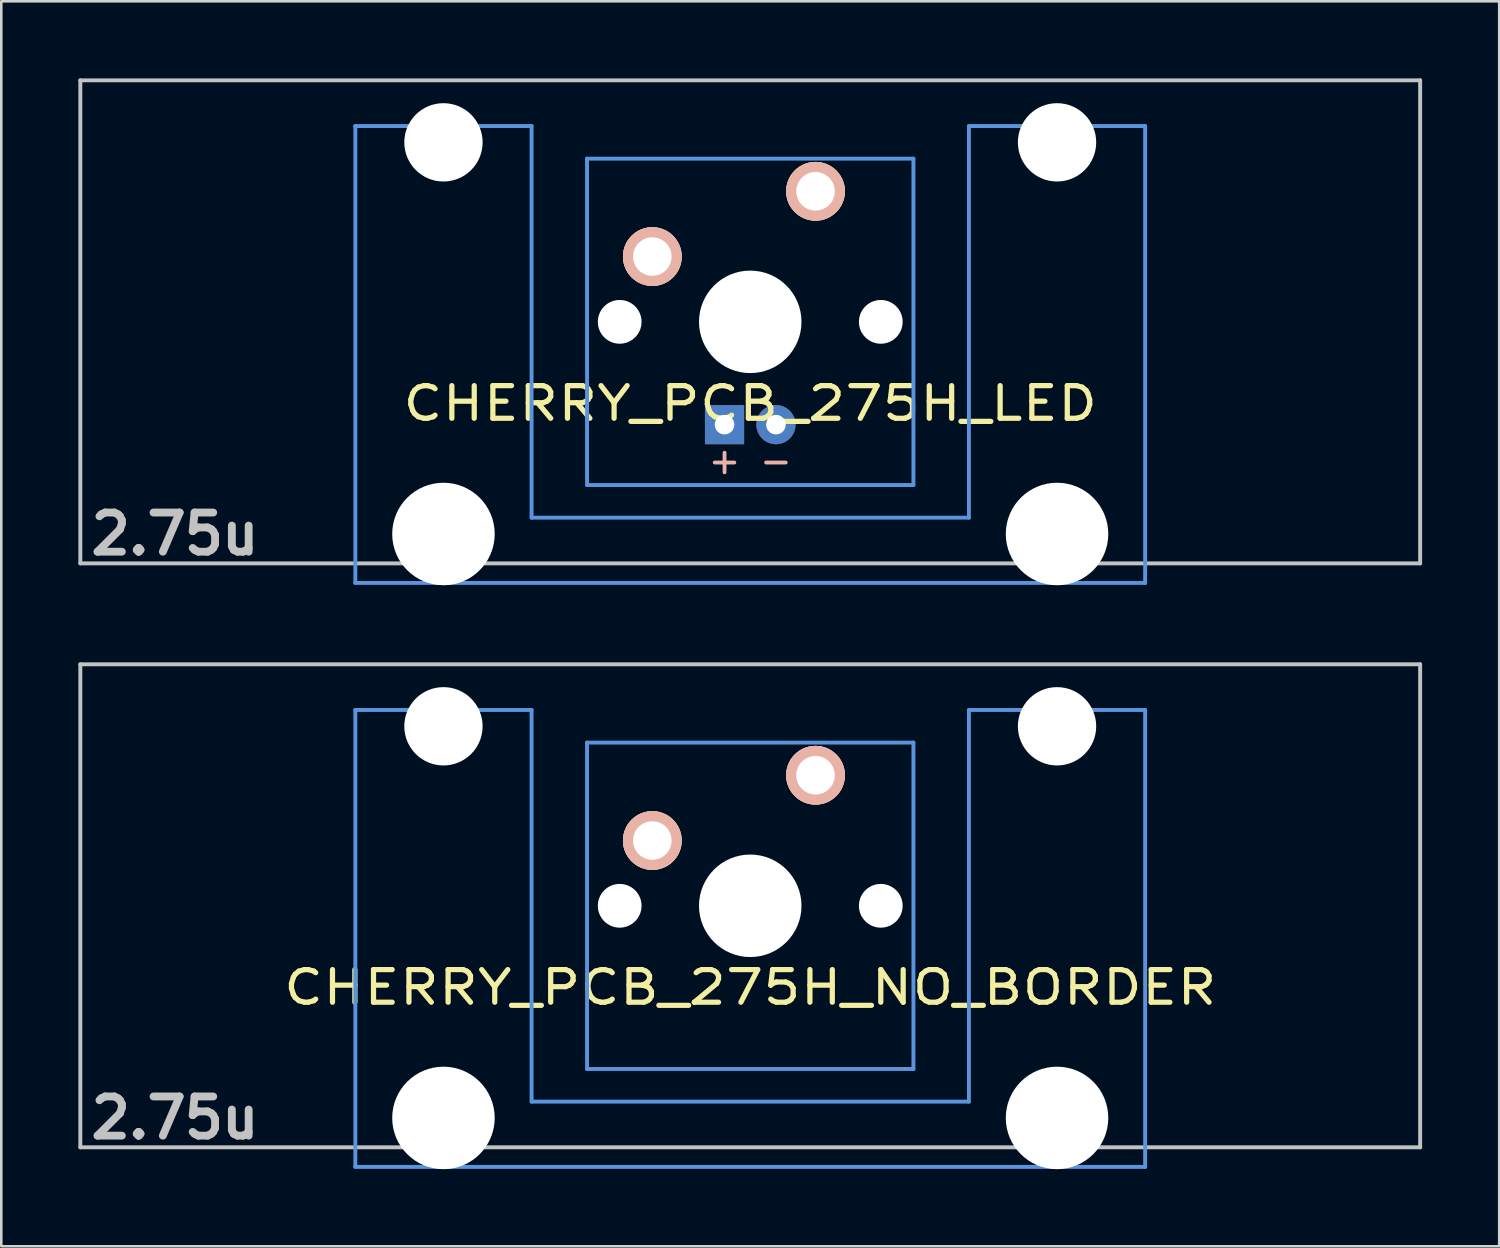
<source format=kicad_pcb>
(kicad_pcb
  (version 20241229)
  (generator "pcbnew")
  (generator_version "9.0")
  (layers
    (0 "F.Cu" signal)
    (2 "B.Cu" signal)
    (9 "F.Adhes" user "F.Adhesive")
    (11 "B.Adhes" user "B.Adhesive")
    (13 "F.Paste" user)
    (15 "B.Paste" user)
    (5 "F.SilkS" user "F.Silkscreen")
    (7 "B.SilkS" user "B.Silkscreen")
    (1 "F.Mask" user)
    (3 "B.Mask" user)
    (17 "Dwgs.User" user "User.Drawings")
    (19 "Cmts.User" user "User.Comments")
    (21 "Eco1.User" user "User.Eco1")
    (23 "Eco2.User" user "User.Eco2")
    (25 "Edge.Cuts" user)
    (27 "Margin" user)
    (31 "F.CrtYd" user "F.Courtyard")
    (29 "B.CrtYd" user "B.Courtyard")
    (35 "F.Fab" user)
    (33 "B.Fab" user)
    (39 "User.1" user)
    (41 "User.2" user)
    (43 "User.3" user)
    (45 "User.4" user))
  (footprint "CHERRY_PCB_275H_NO_BORDER"
    (layer "F.Cu")
    (at 26.144 32.197)
    (property "Reference" "CHERRY_PCB_275H_NO_BORDER" (at 0 3.175 0) (layer "F.SilkS") (effects (font (size 1.27 1.524) (thickness 0.203))))
    (attr through_hole)
    (fp_line (start -26.068 -9.398) (end 26.068 -9.398) (stroke (width 0.152) (type solid)) (layer "Dwgs.User"))
    (fp_line (start -26.068 9.398) (end -26.068 -9.398) (stroke (width 0.152) (type solid)) (layer "Dwgs.User"))
    (fp_line (start 26.068 -9.398) (end 26.068 9.398) (stroke (width 0.152) (type solid)) (layer "Dwgs.User"))
    (fp_line (start 26.068 9.398) (end -26.068 9.398) (stroke (width 0.152) (type solid)) (layer "Dwgs.User"))
    (fp_line (start -15.367 -7.62) (end -15.367 10.16) (stroke (width 0.152) (type solid)) (layer "Cmts.User"))
    (fp_line (start -15.367 10.16) (end 15.367 10.16) (stroke (width 0.152) (type solid)) (layer "Cmts.User"))
    (fp_line (start -8.509 -7.62) (end -15.367 -7.62) (stroke (width 0.152) (type solid)) (layer "Cmts.User"))
    (fp_line (start -8.509 7.62) (end -8.509 -7.62) (stroke (width 0.152) (type solid)) (layer "Cmts.User"))
    (fp_line (start -6.35 -6.35) (end 6.35 -6.35) (stroke (width 0.152) (type solid)) (layer "Cmts.User"))
    (fp_line (start -6.35 6.35) (end -6.35 -6.35) (stroke (width 0.152) (type solid)) (layer "Cmts.User"))
    (fp_line (start 6.35 -6.35) (end 6.35 6.35) (stroke (width 0.152) (type solid)) (layer "Cmts.User"))
    (fp_line (start 6.35 6.35) (end -6.35 6.35) (stroke (width 0.152) (type solid)) (layer "Cmts.User"))
    (fp_line (start 8.509 -7.62) (end 8.509 7.62) (stroke (width 0.152) (type solid)) (layer "Cmts.User"))
    (fp_line (start 8.509 7.62) (end -8.509 7.62) (stroke (width 0.152) (type solid)) (layer "Cmts.User"))
    (fp_line (start 15.367 -7.62) (end 8.509 -7.62) (stroke (width 0.152) (type solid)) (layer "Cmts.User"))
    (fp_line (start 15.367 10.16) (end 15.367 -7.62) (stroke (width 0.152) (type solid)) (layer "Cmts.User"))
    (fp_line (start -16.129 -2.286) (end -15.265 -2.286) (stroke (width 0.152) (type solid)) (layer "Eco2.User"))
    (fp_line (start -16.129 0.508) (end -16.129 -2.286) (stroke (width 0.152) (type solid)) (layer "Eco2.User"))
    (fp_line (start -15.265 -5.69) (end -8.611 -5.69) (stroke (width 0.152) (type solid)) (layer "Eco2.User"))
    (fp_line (start -15.265 -2.286) (end -15.265 -5.69) (stroke (width 0.152) (type solid)) (layer "Eco2.User"))
    (fp_line (start -15.265 0.508) (end -16.129 0.508) (stroke (width 0.152) (type solid)) (layer "Eco2.User"))
    (fp_line (start -15.265 6.604) (end -15.265 0.508) (stroke (width 0.152) (type solid)) (layer "Eco2.User"))
    (fp_line (start -14.224 6.604) (end -15.265 6.604) (stroke (width 0.152) (type solid)) (layer "Eco2.User"))
    (fp_line (start -14.224 7.772) (end -14.224 6.604) (stroke (width 0.152) (type solid)) (layer "Eco2.User"))
    (fp_line (start -9.652 6.604) (end -9.652 7.772) (stroke (width 0.152) (type solid)) (layer "Eco2.User"))
    (fp_line (start -9.652 7.772) (end -14.224 7.772) (stroke (width 0.152) (type solid)) (layer "Eco2.User"))
    (fp_line (start -8.611 -5.69) (end -8.611 -4.877) (stroke (width 0.152) (type solid)) (layer "Eco2.User"))
    (fp_line (start -8.611 -4.877) (end -6.985 -4.877) (stroke (width 0.152) (type solid)) (layer "Eco2.User"))
    (fp_line (start -8.611 5.817) (end -8.611 6.604) (stroke (width 0.152) (type solid)) (layer "Eco2.User"))
    (fp_line (start -8.611 6.604) (end -9.652 6.604) (stroke (width 0.152) (type solid)) (layer "Eco2.User"))
    (fp_line (start -6.985 -6.985) (end 6.985 -6.985) (stroke (width 0.152) (type solid)) (layer "Eco2.User"))
    (fp_line (start -6.985 -4.877) (end -6.985 -6.985) (stroke (width 0.152) (type solid)) (layer "Eco2.User"))
    (fp_line (start -6.985 5.817) (end -8.611 5.817) (stroke (width 0.152) (type solid)) (layer "Eco2.User"))
    (fp_line (start -6.985 6.985) (end -6.985 5.817) (stroke (width 0.152) (type solid)) (layer "Eco2.User"))
    (fp_line (start 6.985 -6.985) (end 6.985 -4.877) (stroke (width 0.152) (type solid)) (layer "Eco2.User"))
    (fp_line (start 6.985 -4.877) (end 8.611 -4.877) (stroke (width 0.152) (type solid)) (layer "Eco2.User"))
    (fp_line (start 6.985 5.817) (end 6.985 6.985) (stroke (width 0.152) (type solid)) (layer "Eco2.User"))
    (fp_line (start 6.985 6.985) (end -6.985 6.985) (stroke (width 0.152) (type solid)) (layer "Eco2.User"))
    (fp_line (start 8.611 -5.69) (end 15.265 -5.69) (stroke (width 0.152) (type solid)) (layer "Eco2.User"))
    (fp_line (start 8.611 -4.877) (end 8.611 -5.69) (stroke (width 0.152) (type solid)) (layer "Eco2.User"))
    (fp_line (start 8.611 5.817) (end 6.985 5.817) (stroke (width 0.152) (type solid)) (layer "Eco2.User"))
    (fp_line (start 8.611 6.604) (end 8.611 5.817) (stroke (width 0.152) (type solid)) (layer "Eco2.User"))
    (fp_line (start 9.652 6.604) (end 8.611 6.604) (stroke (width 0.152) (type solid)) (layer "Eco2.User"))
    (fp_line (start 9.652 7.772) (end 9.652 6.604) (stroke (width 0.152) (type solid)) (layer "Eco2.User"))
    (fp_line (start 14.224 6.604) (end 14.224 7.772) (stroke (width 0.152) (type solid)) (layer "Eco2.User"))
    (fp_line (start 14.224 7.772) (end 9.652 7.772) (stroke (width 0.152) (type solid)) (layer "Eco2.User"))
    (fp_line (start 15.265 -5.69) (end 15.265 -2.286) (stroke (width 0.152) (type solid)) (layer "Eco2.User"))
    (fp_line (start 15.265 -2.286) (end 16.129 -2.286) (stroke (width 0.152) (type solid)) (layer "Eco2.User"))
    (fp_line (start 15.265 0.508) (end 15.265 6.604) (stroke (width 0.152) (type solid)) (layer "Eco2.User"))
    (fp_line (start 15.265 6.604) (end 14.224 6.604) (stroke (width 0.152) (type solid)) (layer "Eco2.User"))
    (fp_line (start 16.129 -2.286) (end 16.129 0.508) (stroke (width 0.152) (type solid)) (layer "Eco2.User"))
    (fp_line (start 16.129 0.508) (end 15.265 0.508) (stroke (width 0.152) (type solid)) (layer "Eco2.User"))
    (fp_text user "2.75u" (at -22.385 8.255 0) (layer "Dwgs.User") (effects (font (size 1.524 1.524) (thickness 0.305))))
    (pad "" np_thru_hole circle (at -11.938 -6.985) (size 3.048 3.048) (drill 3.048) (layers "*.Cu"))
    (pad "" np_thru_hole circle (at -11.938 8.255) (size 3.988 3.988) (drill 3.988) (layers "*.Cu"))
    (pad "" np_thru_hole circle (at -5.08 0) (size 1.702 1.702) (drill 1.702) (layers "*.Cu"))
    (pad "" np_thru_hole circle (at 0 0) (size 3.988 3.988) (drill 3.988) (layers "*.Cu"))
    (pad "" np_thru_hole circle (at 5.08 0) (size 1.702 1.702) (drill 1.702) (layers "*.Cu"))
    (pad "" np_thru_hole circle (at 11.938 -6.985) (size 3.048 3.048) (drill 3.048) (layers "*.Cu"))
    (pad "" np_thru_hole circle (at 11.938 8.255) (size 3.988 3.988) (drill 3.988) (layers "*.Cu"))
    (pad "1" thru_hole circle (at 2.54 -5.08) (size 2.286 2.286) (drill 1.499) (layers "*.Cu" "*.SilkS" "*.Mask"))
    (pad "2" thru_hole circle (at -3.81 -2.54) (size 2.286 2.286) (drill 1.499) (layers "*.Cu" "*.SilkS" "*.Mask")))
  (footprint "CHERRY_PCB_275H_LED"
    (layer "F.Cu")
    (at 26.144 9.474)
    (property "Reference" "CHERRY_PCB_275H_LED" (at 0 3.175 0) (layer "F.SilkS") (effects (font (size 1.27 1.524) (thickness 0.203))))
    (attr through_hole)
    (fp_line (start -26.068 -9.398) (end 26.068 -9.398) (stroke (width 0.152) (type solid)) (layer "Dwgs.User"))
    (fp_line (start -26.068 9.398) (end -26.068 -9.398) (stroke (width 0.152) (type solid)) (layer "Dwgs.User"))
    (fp_line (start 26.068 -9.398) (end 26.068 9.398) (stroke (width 0.152) (type solid)) (layer "Dwgs.User"))
    (fp_line (start 26.068 9.398) (end -26.068 9.398) (stroke (width 0.152) (type solid)) (layer "Dwgs.User"))
    (fp_line (start -15.367 -7.62) (end -15.367 10.16) (stroke (width 0.152) (type solid)) (layer "Cmts.User"))
    (fp_line (start -15.367 10.16) (end 15.367 10.16) (stroke (width 0.152) (type solid)) (layer "Cmts.User"))
    (fp_line (start -8.509 -7.62) (end -15.367 -7.62) (stroke (width 0.152) (type solid)) (layer "Cmts.User"))
    (fp_line (start -8.509 7.62) (end -8.509 -7.62) (stroke (width 0.152) (type solid)) (layer "Cmts.User"))
    (fp_line (start -6.35 -6.35) (end 6.35 -6.35) (stroke (width 0.152) (type solid)) (layer "Cmts.User"))
    (fp_line (start -6.35 6.35) (end -6.35 -6.35) (stroke (width 0.152) (type solid)) (layer "Cmts.User"))
    (fp_line (start 6.35 -6.35) (end 6.35 6.35) (stroke (width 0.152) (type solid)) (layer "Cmts.User"))
    (fp_line (start 6.35 6.35) (end -6.35 6.35) (stroke (width 0.152) (type solid)) (layer "Cmts.User"))
    (fp_line (start 8.509 -7.62) (end 8.509 7.62) (stroke (width 0.152) (type solid)) (layer "Cmts.User"))
    (fp_line (start 8.509 7.62) (end -8.509 7.62) (stroke (width 0.152) (type solid)) (layer "Cmts.User"))
    (fp_line (start 15.367 -7.62) (end 8.509 -7.62) (stroke (width 0.152) (type solid)) (layer "Cmts.User"))
    (fp_line (start 15.367 10.16) (end 15.367 -7.62) (stroke (width 0.152) (type solid)) (layer "Cmts.User"))
    (fp_line (start -16.129 -2.286) (end -15.265 -2.286) (stroke (width 0.152) (type solid)) (layer "Eco2.User"))
    (fp_line (start -16.129 0.508) (end -16.129 -2.286) (stroke (width 0.152) (type solid)) (layer "Eco2.User"))
    (fp_line (start -15.265 -5.69) (end -8.611 -5.69) (stroke (width 0.152) (type solid)) (layer "Eco2.User"))
    (fp_line (start -15.265 -2.286) (end -15.265 -5.69) (stroke (width 0.152) (type solid)) (layer "Eco2.User"))
    (fp_line (start -15.265 0.508) (end -16.129 0.508) (stroke (width 0.152) (type solid)) (layer "Eco2.User"))
    (fp_line (start -15.265 6.604) (end -15.265 0.508) (stroke (width 0.152) (type solid)) (layer "Eco2.User"))
    (fp_line (start -14.224 6.604) (end -15.265 6.604) (stroke (width 0.152) (type solid)) (layer "Eco2.User"))
    (fp_line (start -14.224 7.772) (end -14.224 6.604) (stroke (width 0.152) (type solid)) (layer "Eco2.User"))
    (fp_line (start -9.652 6.604) (end -9.652 7.772) (stroke (width 0.152) (type solid)) (layer "Eco2.User"))
    (fp_line (start -9.652 7.772) (end -14.224 7.772) (stroke (width 0.152) (type solid)) (layer "Eco2.User"))
    (fp_line (start -8.611 -5.69) (end -8.611 -4.877) (stroke (width 0.152) (type solid)) (layer "Eco2.User"))
    (fp_line (start -8.611 -4.877) (end -6.985 -4.877) (stroke (width 0.152) (type solid)) (layer "Eco2.User"))
    (fp_line (start -8.611 5.817) (end -8.611 6.604) (stroke (width 0.152) (type solid)) (layer "Eco2.User"))
    (fp_line (start -8.611 6.604) (end -9.652 6.604) (stroke (width 0.152) (type solid)) (layer "Eco2.User"))
    (fp_line (start -6.985 -6.985) (end 6.985 -6.985) (stroke (width 0.152) (type solid)) (layer "Eco2.User"))
    (fp_line (start -6.985 -4.877) (end -6.985 -6.985) (stroke (width 0.152) (type solid)) (layer "Eco2.User"))
    (fp_line (start -6.985 5.817) (end -8.611 5.817) (stroke (width 0.152) (type solid)) (layer "Eco2.User"))
    (fp_line (start -6.985 6.985) (end -6.985 5.817) (stroke (width 0.152) (type solid)) (layer "Eco2.User"))
    (fp_line (start 6.985 -6.985) (end 6.985 -4.877) (stroke (width 0.152) (type solid)) (layer "Eco2.User"))
    (fp_line (start 6.985 -4.877) (end 8.611 -4.877) (stroke (width 0.152) (type solid)) (layer "Eco2.User"))
    (fp_line (start 6.985 5.817) (end 6.985 6.985) (stroke (width 0.152) (type solid)) (layer "Eco2.User"))
    (fp_line (start 6.985 6.985) (end -6.985 6.985) (stroke (width 0.152) (type solid)) (layer "Eco2.User"))
    (fp_line (start 8.611 -5.69) (end 15.265 -5.69) (stroke (width 0.152) (type solid)) (layer "Eco2.User"))
    (fp_line (start 8.611 -4.877) (end 8.611 -5.69) (stroke (width 0.152) (type solid)) (layer "Eco2.User"))
    (fp_line (start 8.611 5.817) (end 6.985 5.817) (stroke (width 0.152) (type solid)) (layer "Eco2.User"))
    (fp_line (start 8.611 6.604) (end 8.611 5.817) (stroke (width 0.152) (type solid)) (layer "Eco2.User"))
    (fp_line (start 9.652 6.604) (end 8.611 6.604) (stroke (width 0.152) (type solid)) (layer "Eco2.User"))
    (fp_line (start 9.652 7.772) (end 9.652 6.604) (stroke (width 0.152) (type solid)) (layer "Eco2.User"))
    (fp_line (start 14.224 6.604) (end 14.224 7.772) (stroke (width 0.152) (type solid)) (layer "Eco2.User"))
    (fp_line (start 14.224 7.772) (end 9.652 7.772) (stroke (width 0.152) (type solid)) (layer "Eco2.User"))
    (fp_line (start 15.265 -5.69) (end 15.265 -2.286) (stroke (width 0.152) (type solid)) (layer "Eco2.User"))
    (fp_line (start 15.265 -2.286) (end 16.129 -2.286) (stroke (width 0.152) (type solid)) (layer "Eco2.User"))
    (fp_line (start 15.265 0.508) (end 15.265 6.604) (stroke (width 0.152) (type solid)) (layer "Eco2.User"))
    (fp_line (start 15.265 6.604) (end 14.224 6.604) (stroke (width 0.152) (type solid)) (layer "Eco2.User"))
    (fp_line (start 16.129 -2.286) (end 16.129 0.508) (stroke (width 0.152) (type solid)) (layer "Eco2.User"))
    (fp_line (start 16.129 0.508) (end 15.265 0.508) (stroke (width 0.152) (type solid)) (layer "Eco2.User"))
    (fp_text user "+" (at -1 5.4 0) (layer "B.SilkS") (effects (font (size 1 1) (thickness 0.15)) (justify mirror)))
    (fp_text user "-" (at 1 5.4 0) (layer "B.SilkS") (effects (font (size 1 1) (thickness 0.15)) (justify mirror)))
    (fp_text user "2.75u" (at -22.385 8.255 0) (layer "Dwgs.User") (effects (font (size 1.524 1.524) (thickness 0.305))))
    (pad "" np_thru_hole circle (at -11.938 -6.985) (size 3.048 3.048) (drill 3.048) (layers "*.Cu" "*.Mask"))
    (pad "" np_thru_hole circle (at -11.938 8.255) (size 3.988 3.988) (drill 3.988) (layers "*.Cu" "*.Mask"))
    (pad "" np_thru_hole circle (at -5.08 0) (size 1.702 1.702) (drill 1.702) (layers "*.Cu" "*.Mask"))
    (pad "" np_thru_hole circle (at 0 0) (size 3.988 3.988) (drill 3.988) (layers "*.Cu" "*.Mask"))
    (pad "" np_thru_hole circle (at 5.08 0) (size 1.702 1.702) (drill 1.702) (layers "*.Cu" "*.Mask"))
    (pad "" np_thru_hole circle (at 11.938 -6.985) (size 3.048 3.048) (drill 3.048) (layers "*.Cu" "*.Mask"))
    (pad "" np_thru_hole circle (at 11.938 8.255) (size 3.988 3.988) (drill 3.988) (layers "*.Cu" "*.Mask"))
    (pad "1" thru_hole circle (at 2.54 -5.08) (size 2.286 2.286) (drill 1.499) (layers "*.Cu" "*.SilkS" "*.Mask"))
    (pad "2" thru_hole circle (at -3.81 -2.54) (size 2.286 2.286) (drill 1.499) (layers "*.Cu" "*.SilkS" "*.Mask"))
    (pad "3" thru_hole rect (at -1 4) (size 1.524 1.524) (drill 0.762) (layers "*.Cu" "*.Mask"))
    (pad "4" thru_hole circle (at 1 4) (size 1.524 1.524) (drill 0.762) (layers "*.Cu" "*.Mask")))
  (gr_rect
    (start -3 -3)
    (end 55.288 45.446)
    (stroke (width 0.1) (type default))
    (fill no)
    (layer "Edge.Cuts")))
</source>
